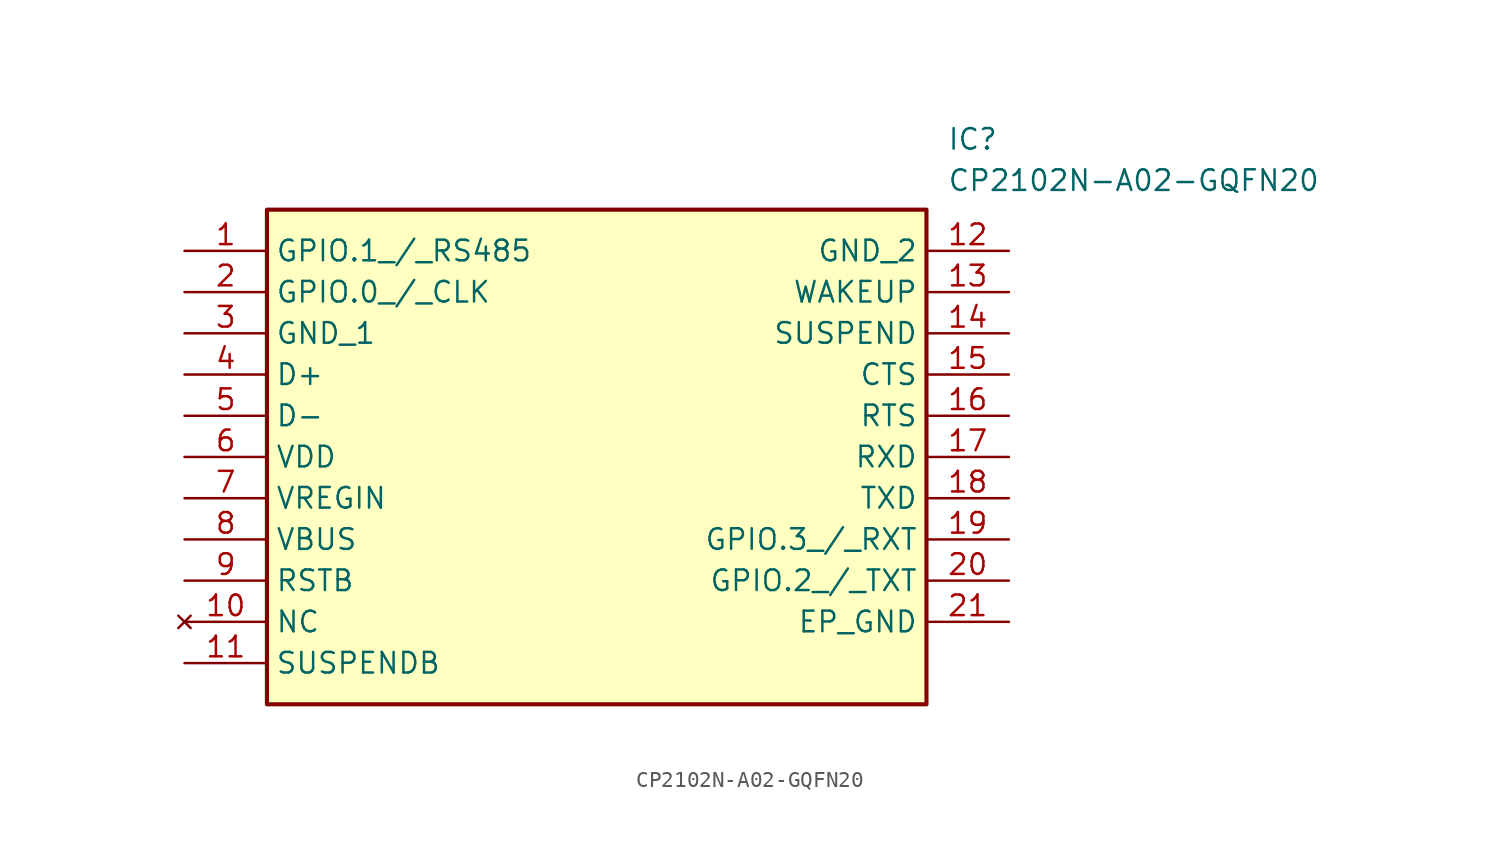
<source format=kicad_sym>
(kicad_symbol_lib
  (version 20211014)
  (generator SamacSys_ECAD_Model)
  (symbol "CP2102N-A02-GQFN20"
    (property "Reference" "IC"
      (at 46.99 7.62 0)
      (effects (font (size 1.27 1.27)) (justify left top)))
    (property "Value" "CP2102N-A02-GQFN20"
      (at 46.99 5.08 0)
      (effects (font (size 1.27 1.27)) (justify left top)))
    (rectangle
      (start 5.08 2.54)
      (end 45.72 -27.94)
      (stroke (width 0.254) (type default))
      (fill (type background)))
    (pin passive line
      (at 0 0 0)
      (length 5.08)
      (name "GPIO.1_/_RS485" (effects (font (size 1.27 1.27))))
      (number "1" (effects (font (size 1.27 1.27)))))
    (pin passive line
      (at 0 -2.54 0)
      (length 5.08)
      (name "GPIO.0_/_CLK" (effects (font (size 1.27 1.27))))
      (number "2" (effects (font (size 1.27 1.27)))))
    (pin passive line
      (at 0 -5.08 0)
      (length 5.08)
      (name "GND_1" (effects (font (size 1.27 1.27))))
      (number "3" (effects (font (size 1.27 1.27)))))
    (pin passive line
      (at 0 -7.62 0)
      (length 5.08)
      (name "D+" (effects (font (size 1.27 1.27))))
      (number "4" (effects (font (size 1.27 1.27)))))
    (pin passive line
      (at 0 -10.16 0)
      (length 5.08)
      (name "D-" (effects (font (size 1.27 1.27))))
      (number "5" (effects (font (size 1.27 1.27)))))
    (pin passive line
      (at 0 -12.7 0)
      (length 5.08)
      (name "VDD" (effects (font (size 1.27 1.27))))
      (number "6" (effects (font (size 1.27 1.27)))))
    (pin passive line
      (at 0 -15.24 0)
      (length 5.08)
      (name "VREGIN" (effects (font (size 1.27 1.27))))
      (number "7" (effects (font (size 1.27 1.27)))))
    (pin passive line
      (at 0 -17.78 0)
      (length 5.08)
      (name "VBUS" (effects (font (size 1.27 1.27))))
      (number "8" (effects (font (size 1.27 1.27)))))
    (pin passive line
      (at 0 -20.32 0)
      (length 5.08)
      (name "RSTB" (effects (font (size 1.27 1.27))))
      (number "9" (effects (font (size 1.27 1.27)))))
    (pin no_connect line
      (at 0 -22.86 0)
      (length 5.08)
      (name "NC" (effects (font (size 1.27 1.27))))
      (number "10" (effects (font (size 1.27 1.27)))))
    (pin passive line
      (at 0 -25.4 0)
      (length 5.08)
      (name "SUSPENDB" (effects (font (size 1.27 1.27))))
      (number "11" (effects (font (size 1.27 1.27)))))
    (pin passive line
      (at 50.8 0 180)
      (length 5.08)
      (name "GND_2" (effects (font (size 1.27 1.27))))
      (number "12" (effects (font (size 1.27 1.27)))))
    (pin passive line
      (at 50.8 -2.54 180)
      (length 5.08)
      (name "WAKEUP" (effects (font (size 1.27 1.27))))
      (number "13" (effects (font (size 1.27 1.27)))))
    (pin passive line
      (at 50.8 -5.08 180)
      (length 5.08)
      (name "SUSPEND" (effects (font (size 1.27 1.27))))
      (number "14" (effects (font (size 1.27 1.27)))))
    (pin passive line
      (at 50.8 -7.62 180)
      (length 5.08)
      (name "CTS" (effects (font (size 1.27 1.27))))
      (number "15" (effects (font (size 1.27 1.27)))))
    (pin passive line
      (at 50.8 -10.16 180)
      (length 5.08)
      (name "RTS" (effects (font (size 1.27 1.27))))
      (number "16" (effects (font (size 1.27 1.27)))))
    (pin passive line
      (at 50.8 -12.7 180)
      (length 5.08)
      (name "RXD" (effects (font (size 1.27 1.27))))
      (number "17" (effects (font (size 1.27 1.27)))))
    (pin passive line
      (at 50.8 -15.24 180)
      (length 5.08)
      (name "TXD" (effects (font (size 1.27 1.27))))
      (number "18" (effects (font (size 1.27 1.27)))))
    (pin passive line
      (at 50.8 -17.78 180)
      (length 5.08)
      (name "GPIO.3_/_RXT" (effects (font (size 1.27 1.27))))
      (number "19" (effects (font (size 1.27 1.27)))))
    (pin passive line
      (at 50.8 -20.32 180)
      (length 5.08)
      (name "GPIO.2_/_TXT" (effects (font (size 1.27 1.27))))
      (number "20" (effects (font (size 1.27 1.27)))))
    (pin passive line
      (at 50.8 -22.86 180)
      (length 5.08)
      (name "EP_GND" (effects (font (size 1.27 1.27))))
      (number "21" (effects (font (size 1.27 1.27)))))))
</source>
